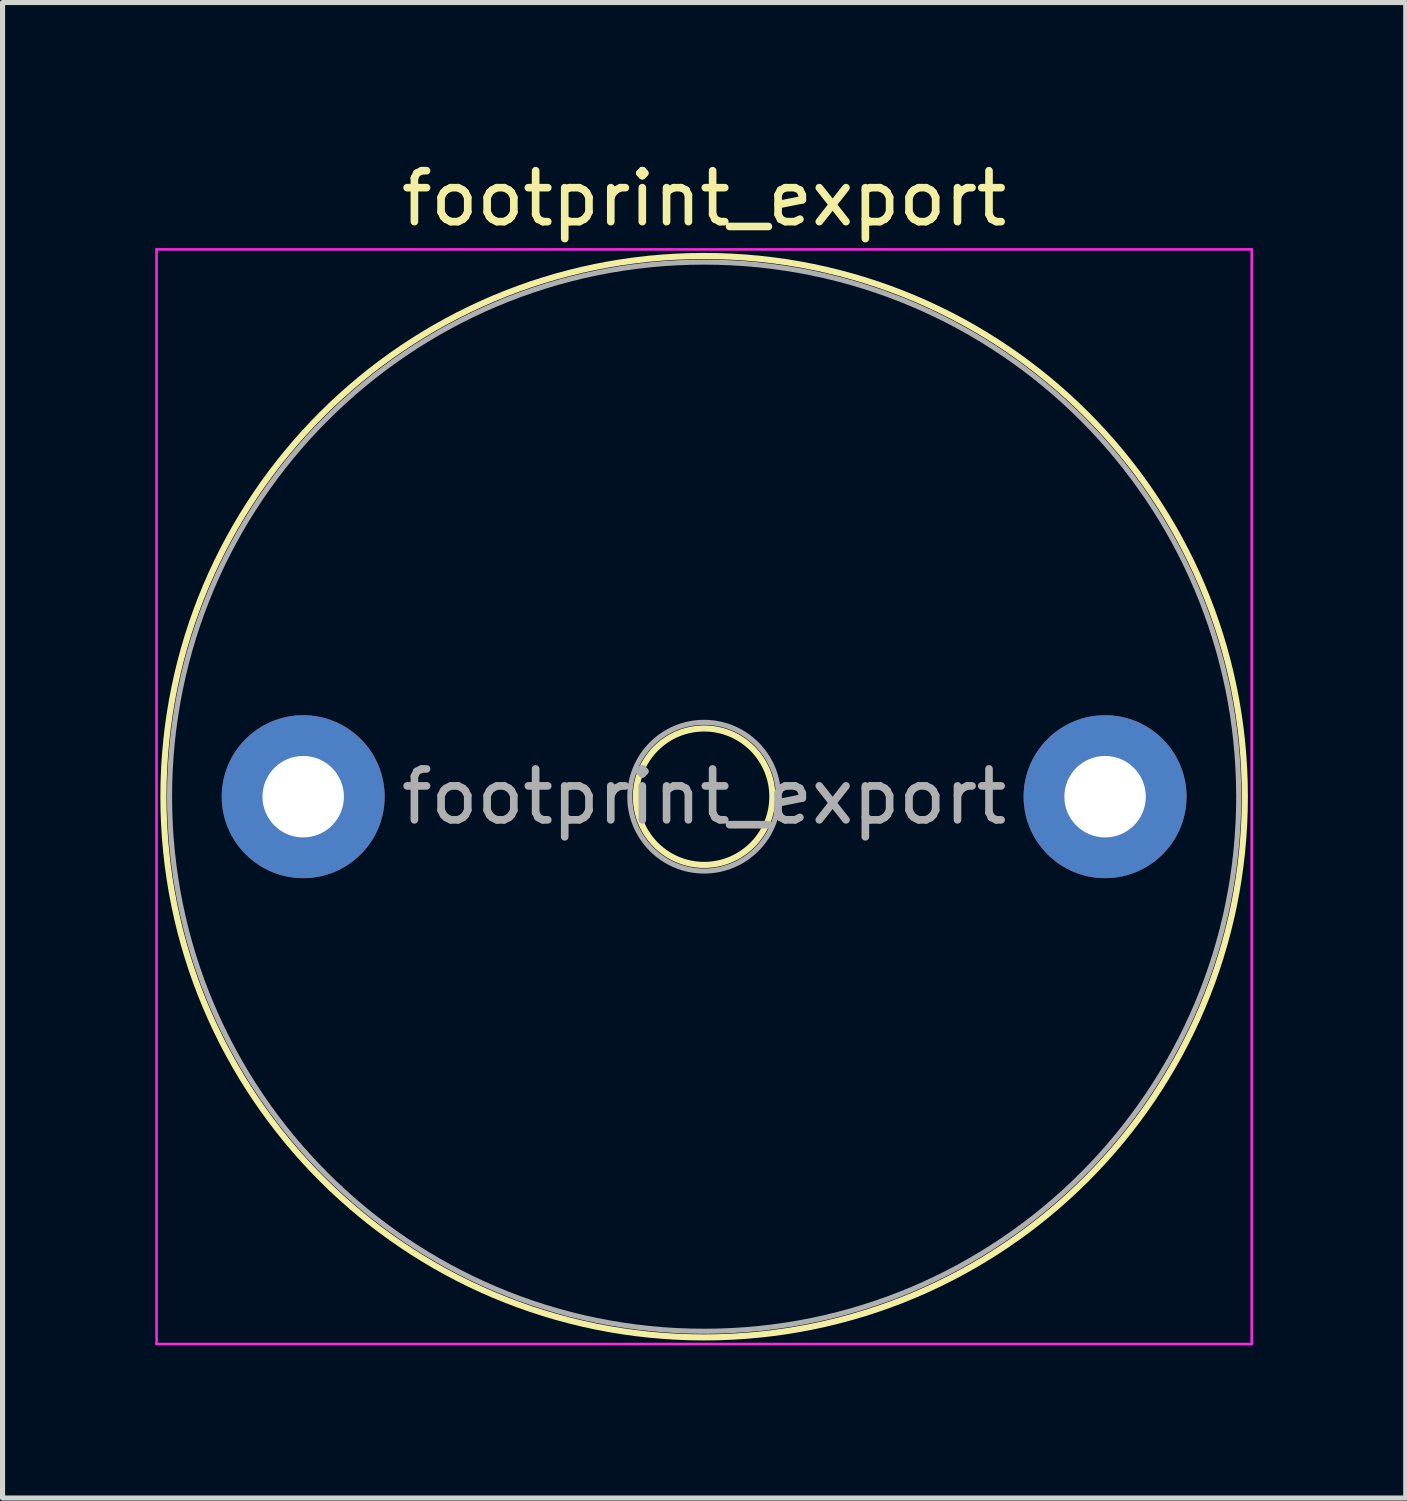
<source format=kicad_pcb>
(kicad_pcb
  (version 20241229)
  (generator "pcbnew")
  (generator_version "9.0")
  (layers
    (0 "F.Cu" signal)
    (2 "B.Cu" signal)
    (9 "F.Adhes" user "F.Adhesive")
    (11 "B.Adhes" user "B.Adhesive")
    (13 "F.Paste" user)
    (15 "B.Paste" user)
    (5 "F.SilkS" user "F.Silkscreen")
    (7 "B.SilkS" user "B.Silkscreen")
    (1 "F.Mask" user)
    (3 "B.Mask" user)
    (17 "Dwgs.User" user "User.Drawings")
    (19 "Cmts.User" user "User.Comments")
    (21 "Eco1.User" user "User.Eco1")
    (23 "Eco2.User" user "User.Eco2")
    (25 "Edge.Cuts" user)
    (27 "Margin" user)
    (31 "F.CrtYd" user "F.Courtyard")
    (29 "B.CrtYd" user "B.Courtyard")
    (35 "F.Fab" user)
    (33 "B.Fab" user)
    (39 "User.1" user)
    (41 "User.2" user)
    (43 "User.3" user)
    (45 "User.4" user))
  (footprint "footprint_export"
    (layer "F.Cu")
    (at 2.905 12.598)
    (property "Reference" "footprint_export" (at 7.875 -11.75 0) (layer "F.SilkS") (effects (font (size 1 1) (thickness 0.15))))
    (attr through_hole)
    (fp_circle (center 7.875 0) (end 9.215 0) (stroke (width 0.12) (type solid)) (fill no) (layer "F.SilkS"))
    (fp_circle (center 7.875 0) (end 18.495 0) (stroke (width 0.12) (type solid)) (fill no) (layer "F.SilkS"))
    (fp_line (start -2.88 -10.75) (end -2.88 10.75) (stroke (width 0.05) (type solid)) (layer "F.CrtYd"))
    (fp_line (start -2.88 10.75) (end 18.63 10.75) (stroke (width 0.05) (type solid)) (layer "F.CrtYd"))
    (fp_line (start 18.63 -10.75) (end -2.88 -10.75) (stroke (width 0.05) (type solid)) (layer "F.CrtYd"))
    (fp_line (start 18.63 10.75) (end 18.63 -10.75) (stroke (width 0.05) (type solid)) (layer "F.CrtYd"))
    (fp_circle (center 7.875 0) (end 9.335 0) (stroke (width 0.1) (type solid)) (fill no) (layer "F.Fab"))
    (fp_circle (center 7.875 0) (end 18.375 0) (stroke (width 0.1) (type solid)) (fill no) (layer "F.Fab"))
    (fp_text user "${REFERENCE}" (at 7.875 0 0) (layer "F.Fab") (effects (font (size 1 1) (thickness 0.15))))
    (pad "1" thru_hole circle (at 0 0) (size 3.2 3.2) (drill 1.6) (layers "*.Cu" "*.Mask"))
    (pad "2" thru_hole circle (at 15.75 0) (size 3.2 3.2) (drill 1.6) (layers "*.Cu" "*.Mask")))
  (gr_rect
    (start -3 -3)
    (end 24.56 26.373)
    (stroke (width 0.1) (type default))
    (fill no)
    (layer "Edge.Cuts")))
</source>
